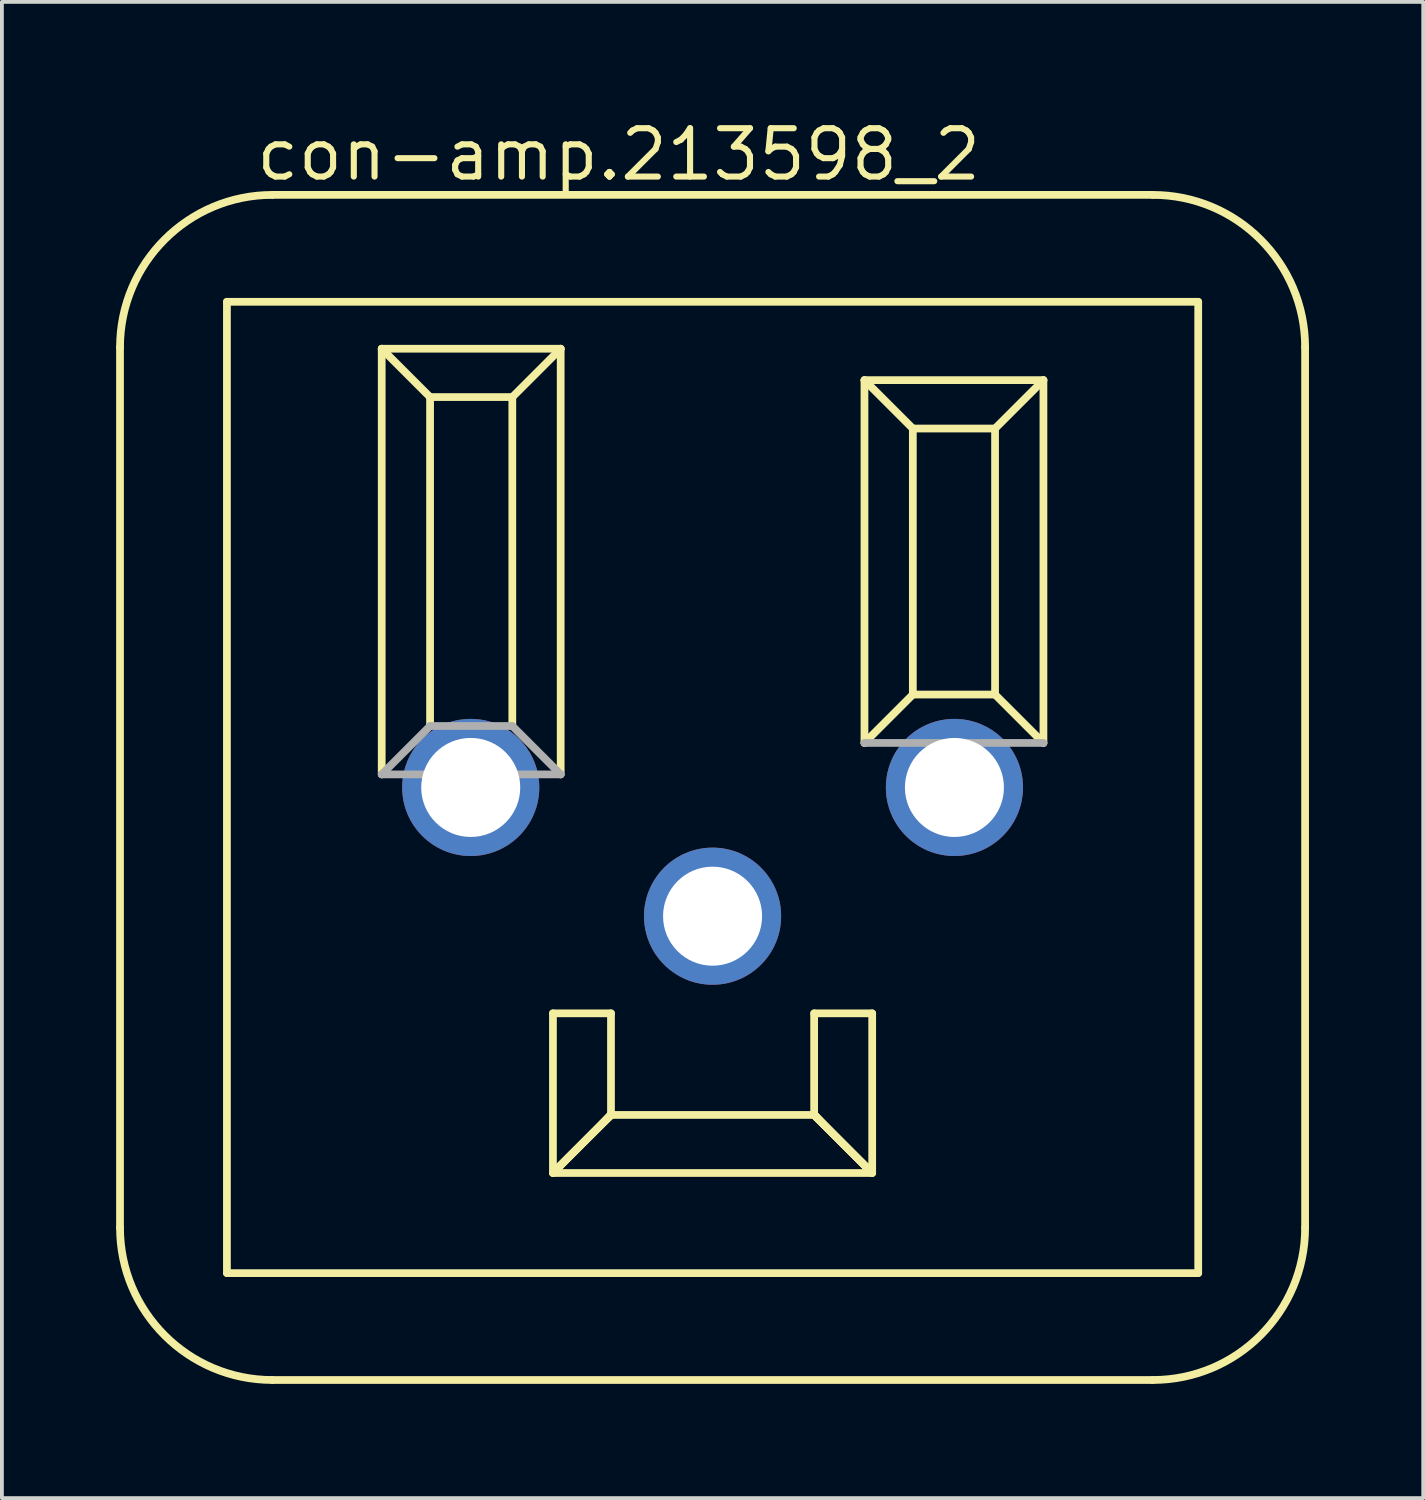
<source format=kicad_pcb>
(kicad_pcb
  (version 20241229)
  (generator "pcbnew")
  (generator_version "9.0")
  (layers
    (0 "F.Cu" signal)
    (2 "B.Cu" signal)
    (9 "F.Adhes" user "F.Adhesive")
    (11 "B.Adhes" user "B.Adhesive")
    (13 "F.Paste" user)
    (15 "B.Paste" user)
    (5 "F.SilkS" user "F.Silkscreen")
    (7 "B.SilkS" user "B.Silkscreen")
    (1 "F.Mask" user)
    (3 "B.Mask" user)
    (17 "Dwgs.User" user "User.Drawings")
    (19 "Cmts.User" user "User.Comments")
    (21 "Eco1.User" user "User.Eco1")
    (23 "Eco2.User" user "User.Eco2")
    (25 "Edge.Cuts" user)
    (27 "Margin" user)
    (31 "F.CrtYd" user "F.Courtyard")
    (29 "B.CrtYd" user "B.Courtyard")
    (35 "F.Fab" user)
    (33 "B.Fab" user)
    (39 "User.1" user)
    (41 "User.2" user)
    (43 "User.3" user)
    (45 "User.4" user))
  (footprint "con-amp.213598_2"
    (layer "F.Cu")
    (at 15.659 17.625)
    (property "Reference" "con-amp.213598_2" (at -12.065 -15.875 0) (layer "F.SilkS") (effects (font (size 1.27 1.27) (thickness 0.16)) (justify left bottom)))
    (attr through_hole)
    (fp_line (start -15.558 -11.558) (end -15.558 11.557) (stroke (width 0.203) (type default)) (layer "F.SilkS"))
    (fp_line (start -12.751 -12.751) (end 12.751 -12.751) (stroke (width 0.203) (type default)) (layer "F.SilkS"))
    (fp_line (start -12.751 12.751) (end -12.751 -12.751) (stroke (width 0.203) (type default)) (layer "F.SilkS"))
    (fp_line (start -11.558 15.557) (end 11.557 15.557) (stroke (width 0.203) (type default)) (layer "F.SilkS"))
    (fp_line (start -8.687 -11.519) (end -3.988 -11.519) (stroke (width 0.203) (type default)) (layer "F.SilkS"))
    (fp_line (start -8.687 -0.343) (end -8.687 -11.519) (stroke (width 0.203) (type default)) (layer "F.SilkS"))
    (fp_line (start -7.417 -10.249) (end -8.687 -11.519) (stroke (width 0.203) (type default)) (layer "F.SilkS"))
    (fp_line (start -7.417 -10.249) (end -5.258 -10.249) (stroke (width 0.203) (type default)) (layer "F.SilkS"))
    (fp_line (start -7.417 -1.613) (end -7.417 -10.249) (stroke (width 0.203) (type default)) (layer "F.SilkS"))
    (fp_line (start -5.258 -10.249) (end -5.258 -1.613) (stroke (width 0.203) (type default)) (layer "F.SilkS"))
    (fp_line (start -5.258 -10.249) (end -3.988 -11.519) (stroke (width 0.203) (type default)) (layer "F.SilkS"))
    (fp_line (start -4.191 5.931) (end -2.667 5.931) (stroke (width 0.203) (type default)) (layer "F.SilkS"))
    (fp_line (start -4.191 10.122) (end -4.191 5.931) (stroke (width 0.203) (type default)) (layer "F.SilkS"))
    (fp_line (start -4.178 10.108) (end -4.191 10.122) (stroke (width 0.203) (type default)) (layer "F.SilkS"))
    (fp_line (start -4.165 10.095) (end -4.178 10.108) (stroke (width 0.203) (type default)) (layer "F.SilkS"))
    (fp_line (start -4.151 10.082) (end -4.165 10.095) (stroke (width 0.203) (type default)) (layer "F.SilkS"))
    (fp_line (start -4.138 10.068) (end -4.151 10.082) (stroke (width 0.203) (type default)) (layer "F.SilkS"))
    (fp_line (start -4.124 10.055) (end -4.138 10.068) (stroke (width 0.203) (type default)) (layer "F.SilkS"))
    (fp_line (start -4.111 10.042) (end -4.124 10.055) (stroke (width 0.203) (type default)) (layer "F.SilkS"))
    (fp_line (start -4.098 10.028) (end -4.111 10.042) (stroke (width 0.203) (type default)) (layer "F.SilkS"))
    (fp_line (start -4.084 10.015) (end -4.098 10.028) (stroke (width 0.203) (type default)) (layer "F.SilkS"))
    (fp_line (start -4.071 10.001) (end -4.084 10.015) (stroke (width 0.203) (type default)) (layer "F.SilkS"))
    (fp_line (start -4.057 9.988) (end -4.071 10.001) (stroke (width 0.203) (type default)) (layer "F.SilkS"))
    (fp_line (start -4.044 9.975) (end -4.057 9.988) (stroke (width 0.203) (type default)) (layer "F.SilkS"))
    (fp_line (start -4.03 9.961) (end -4.044 9.975) (stroke (width 0.203) (type default)) (layer "F.SilkS"))
    (fp_line (start -4.016 9.947) (end -4.03 9.961) (stroke (width 0.203) (type default)) (layer "F.SilkS"))
    (fp_line (start -4.001 9.932) (end -4.016 9.947) (stroke (width 0.203) (type default)) (layer "F.SilkS"))
    (fp_line (start -3.988 -11.519) (end -3.988 -0.343) (stroke (width 0.203) (type default)) (layer "F.SilkS"))
    (fp_line (start -3.985 9.916) (end -4.001 9.932) (stroke (width 0.203) (type default)) (layer "F.SilkS"))
    (fp_line (start -3.969 9.9) (end -3.985 9.916) (stroke (width 0.203) (type default)) (layer "F.SilkS"))
    (fp_line (start -3.953 9.883) (end -3.969 9.9) (stroke (width 0.203) (type default)) (layer "F.SilkS"))
    (fp_line (start -3.935 9.866) (end -3.953 9.883) (stroke (width 0.203) (type default)) (layer "F.SilkS"))
    (fp_line (start -3.917 9.848) (end -3.935 9.866) (stroke (width 0.203) (type default)) (layer "F.SilkS"))
    (fp_line (start -3.899 9.829) (end -3.917 9.848) (stroke (width 0.203) (type default)) (layer "F.SilkS"))
    (fp_line (start -3.879 9.81) (end -3.899 9.829) (stroke (width 0.203) (type default)) (layer "F.SilkS"))
    (fp_line (start -3.86 9.79) (end -3.879 9.81) (stroke (width 0.203) (type default)) (layer "F.SilkS"))
    (fp_line (start -3.84 9.77) (end -3.86 9.79) (stroke (width 0.203) (type default)) (layer "F.SilkS"))
    (fp_line (start -3.82 9.75) (end -3.84 9.77) (stroke (width 0.203) (type default)) (layer "F.SilkS"))
    (fp_line (start -3.8 9.73) (end -3.82 9.75) (stroke (width 0.203) (type default)) (layer "F.SilkS"))
    (fp_line (start -3.78 9.71) (end -3.8 9.73) (stroke (width 0.203) (type default)) (layer "F.SilkS"))
    (fp_line (start -3.76 9.69) (end -3.78 9.71) (stroke (width 0.203) (type default)) (layer "F.SilkS"))
    (fp_line (start -3.74 9.67) (end -3.76 9.69) (stroke (width 0.203) (type default)) (layer "F.SilkS"))
    (fp_line (start -3.72 9.65) (end -3.74 9.67) (stroke (width 0.203) (type default)) (layer "F.SilkS"))
    (fp_line (start -3.7 9.63) (end -3.72 9.65) (stroke (width 0.203) (type default)) (layer "F.SilkS"))
    (fp_line (start -3.68 9.61) (end -3.7 9.63) (stroke (width 0.203) (type default)) (layer "F.SilkS"))
    (fp_line (start -3.66 9.591) (end -3.68 9.61) (stroke (width 0.203) (type default)) (layer "F.SilkS"))
    (fp_line (start -3.64 9.571) (end -3.66 9.591) (stroke (width 0.203) (type default)) (layer "F.SilkS"))
    (fp_line (start -3.62 9.551) (end -3.64 9.571) (stroke (width 0.203) (type default)) (layer "F.SilkS"))
    (fp_line (start -3.601 9.531) (end -3.62 9.551) (stroke (width 0.203) (type default)) (layer "F.SilkS"))
    (fp_line (start -3.581 9.512) (end -3.601 9.531) (stroke (width 0.203) (type default)) (layer "F.SilkS"))
    (fp_line (start -3.561 9.492) (end -3.581 9.512) (stroke (width 0.203) (type default)) (layer "F.SilkS"))
    (fp_line (start -3.542 9.473) (end -3.561 9.492) (stroke (width 0.203) (type default)) (layer "F.SilkS"))
    (fp_line (start -3.523 9.453) (end -3.542 9.473) (stroke (width 0.203) (type default)) (layer "F.SilkS"))
    (fp_line (start -3.503 9.434) (end -3.523 9.453) (stroke (width 0.203) (type default)) (layer "F.SilkS"))
    (fp_line (start -3.484 9.415) (end -3.503 9.434) (stroke (width 0.203) (type default)) (layer "F.SilkS"))
    (fp_line (start -3.465 9.395) (end -3.484 9.415) (stroke (width 0.203) (type default)) (layer "F.SilkS"))
    (fp_line (start -3.446 9.376) (end -3.465 9.395) (stroke (width 0.203) (type default)) (layer "F.SilkS"))
    (fp_line (start -3.427 9.357) (end -3.446 9.376) (stroke (width 0.203) (type default)) (layer "F.SilkS"))
    (fp_line (start -3.408 9.338) (end -3.427 9.357) (stroke (width 0.203) (type default)) (layer "F.SilkS"))
    (fp_line (start -3.389 9.32) (end -3.408 9.338) (stroke (width 0.203) (type default)) (layer "F.SilkS"))
    (fp_line (start -3.37 9.301) (end -3.389 9.32) (stroke (width 0.203) (type default)) (layer "F.SilkS"))
    (fp_line (start -3.352 9.282) (end -3.37 9.301) (stroke (width 0.203) (type default)) (layer "F.SilkS"))
    (fp_line (start -3.333 9.264) (end -3.352 9.282) (stroke (width 0.203) (type default)) (layer "F.SilkS"))
    (fp_line (start -3.315 9.246) (end -3.333 9.264) (stroke (width 0.203) (type default)) (layer "F.SilkS"))
    (fp_line (start -3.297 9.227) (end -3.315 9.246) (stroke (width 0.203) (type default)) (layer "F.SilkS"))
    (fp_line (start -3.279 9.209) (end -3.297 9.227) (stroke (width 0.203) (type default)) (layer "F.SilkS"))
    (fp_line (start -3.261 9.191) (end -3.279 9.209) (stroke (width 0.203) (type default)) (layer "F.SilkS"))
    (fp_line (start -3.243 9.174) (end -3.261 9.191) (stroke (width 0.203) (type default)) (layer "F.SilkS"))
    (fp_line (start -3.225 9.156) (end -3.243 9.174) (stroke (width 0.203) (type default)) (layer "F.SilkS"))
    (fp_line (start -3.208 9.138) (end -3.225 9.156) (stroke (width 0.203) (type default)) (layer "F.SilkS"))
    (fp_line (start -3.19 9.121) (end -3.208 9.138) (stroke (width 0.203) (type default)) (layer "F.SilkS"))
    (fp_line (start -3.173 9.104) (end -3.19 9.121) (stroke (width 0.203) (type default)) (layer "F.SilkS"))
    (fp_line (start -3.156 9.087) (end -3.173 9.104) (stroke (width 0.203) (type default)) (layer "F.SilkS"))
    (fp_line (start -3.14 9.07) (end -3.156 9.087) (stroke (width 0.203) (type default)) (layer "F.SilkS"))
    (fp_line (start -3.123 9.054) (end -3.14 9.07) (stroke (width 0.203) (type default)) (layer "F.SilkS"))
    (fp_line (start -3.107 9.037) (end -3.123 9.054) (stroke (width 0.203) (type default)) (layer "F.SilkS"))
    (fp_line (start -3.09 9.021) (end -3.107 9.037) (stroke (width 0.203) (type default)) (layer "F.SilkS"))
    (fp_line (start -3.074 9.005) (end -3.09 9.021) (stroke (width 0.203) (type default)) (layer "F.SilkS"))
    (fp_line (start -3.058 8.989) (end -3.074 9.005) (stroke (width 0.203) (type default)) (layer "F.SilkS"))
    (fp_line (start -3.043 8.973) (end -3.058 8.989) (stroke (width 0.203) (type default)) (layer "F.SilkS"))
    (fp_line (start -3.027 8.958) (end -3.043 8.973) (stroke (width 0.203) (type default)) (layer "F.SilkS"))
    (fp_line (start -3.012 8.943) (end -3.027 8.958) (stroke (width 0.203) (type default)) (layer "F.SilkS"))
    (fp_line (start -2.997 8.928) (end -3.012 8.943) (stroke (width 0.203) (type default)) (layer "F.SilkS"))
    (fp_line (start -2.983 8.913) (end -2.997 8.928) (stroke (width 0.203) (type default)) (layer "F.SilkS"))
    (fp_line (start -2.968 8.899) (end -2.983 8.913) (stroke (width 0.203) (type default)) (layer "F.SilkS"))
    (fp_line (start -2.954 8.885) (end -2.968 8.899) (stroke (width 0.203) (type default)) (layer "F.SilkS"))
    (fp_line (start -2.94 8.871) (end -2.954 8.885) (stroke (width 0.203) (type default)) (layer "F.SilkS"))
    (fp_line (start -2.927 8.858) (end -2.94 8.871) (stroke (width 0.203) (type default)) (layer "F.SilkS"))
    (fp_line (start -2.914 8.844) (end -2.927 8.858) (stroke (width 0.203) (type default)) (layer "F.SilkS"))
    (fp_line (start -2.901 8.831) (end -2.914 8.844) (stroke (width 0.203) (type default)) (layer "F.SilkS"))
    (fp_line (start -2.888 8.818) (end -2.901 8.831) (stroke (width 0.203) (type default)) (layer "F.SilkS"))
    (fp_line (start -2.875 8.806) (end -2.888 8.818) (stroke (width 0.203) (type default)) (layer "F.SilkS"))
    (fp_line (start -2.863 8.794) (end -2.875 8.806) (stroke (width 0.203) (type default)) (layer "F.SilkS"))
    (fp_line (start -2.852 8.782) (end -2.863 8.794) (stroke (width 0.203) (type default)) (layer "F.SilkS"))
    (fp_line (start -2.84 8.771) (end -2.852 8.782) (stroke (width 0.203) (type default)) (layer "F.SilkS"))
    (fp_line (start -2.829 8.76) (end -2.84 8.771) (stroke (width 0.203) (type default)) (layer "F.SilkS"))
    (fp_line (start -2.819 8.75) (end -2.829 8.76) (stroke (width 0.203) (type default)) (layer "F.SilkS"))
    (fp_line (start -2.809 8.739) (end -2.819 8.75) (stroke (width 0.203) (type default)) (layer "F.SilkS"))
    (fp_line (start -2.799 8.73) (end -2.809 8.739) (stroke (width 0.203) (type default)) (layer "F.SilkS"))
    (fp_line (start -2.79 8.72) (end -2.799 8.73) (stroke (width 0.203) (type default)) (layer "F.SilkS"))
    (fp_line (start -2.781 8.711) (end -2.79 8.72) (stroke (width 0.203) (type default)) (layer "F.SilkS"))
    (fp_line (start -2.772 8.702) (end -2.781 8.711) (stroke (width 0.203) (type default)) (layer "F.SilkS"))
    (fp_line (start -2.764 8.694) (end -2.772 8.702) (stroke (width 0.203) (type default)) (layer "F.SilkS"))
    (fp_line (start -2.756 8.686) (end -2.764 8.694) (stroke (width 0.203) (type default)) (layer "F.SilkS"))
    (fp_line (start -2.748 8.679) (end -2.756 8.686) (stroke (width 0.203) (type default)) (layer "F.SilkS"))
    (fp_line (start -2.741 8.672) (end -2.748 8.679) (stroke (width 0.203) (type default)) (layer "F.SilkS"))
    (fp_line (start -2.734 8.665) (end -2.741 8.672) (stroke (width 0.203) (type default)) (layer "F.SilkS"))
    (fp_line (start -2.728 8.659) (end -2.734 8.665) (stroke (width 0.203) (type default)) (layer "F.SilkS"))
    (fp_line (start -2.722 8.653) (end -2.728 8.659) (stroke (width 0.203) (type default)) (layer "F.SilkS"))
    (fp_line (start -2.717 8.647) (end -2.722 8.653) (stroke (width 0.203) (type default)) (layer "F.SilkS"))
    (fp_line (start -2.712 8.642) (end -2.717 8.647) (stroke (width 0.203) (type default)) (layer "F.SilkS"))
    (fp_line (start -2.707 8.637) (end -2.712 8.642) (stroke (width 0.203) (type default)) (layer "F.SilkS"))
    (fp_line (start -2.702 8.633) (end -2.707 8.637) (stroke (width 0.203) (type default)) (layer "F.SilkS"))
    (fp_line (start -2.698 8.629) (end -2.702 8.633) (stroke (width 0.203) (type default)) (layer "F.SilkS"))
    (fp_line (start -2.695 8.625) (end -2.698 8.629) (stroke (width 0.203) (type default)) (layer "F.SilkS"))
    (fp_line (start -2.691 8.621) (end -2.695 8.625) (stroke (width 0.203) (type default)) (layer "F.SilkS"))
    (fp_line (start -2.687 8.618) (end -2.691 8.621) (stroke (width 0.203) (type default)) (layer "F.SilkS"))
    (fp_line (start -2.684 8.614) (end -2.687 8.618) (stroke (width 0.203) (type default)) (layer "F.SilkS"))
    (fp_line (start -2.681 8.611) (end -2.684 8.614) (stroke (width 0.203) (type default)) (layer "F.SilkS"))
    (fp_line (start -2.678 8.608) (end -2.681 8.611) (stroke (width 0.203) (type default)) (layer "F.SilkS"))
    (fp_line (start -2.675 8.605) (end -2.678 8.608) (stroke (width 0.203) (type default)) (layer "F.SilkS"))
    (fp_line (start -2.672 8.603) (end -2.675 8.605) (stroke (width 0.203) (type default)) (layer "F.SilkS"))
    (fp_line (start -2.67 8.6) (end -2.672 8.603) (stroke (width 0.203) (type default)) (layer "F.SilkS"))
    (fp_line (start -2.667 8.598) (end -2.67 8.6) (stroke (width 0.203) (type default)) (layer "F.SilkS"))
    (fp_line (start -2.667 8.598) (end -2.667 5.931) (stroke (width 0.203) (type default)) (layer "F.SilkS"))
    (fp_line (start 2.667 5.931) (end 2.667 8.598) (stroke (width 0.203) (type default)) (layer "F.SilkS"))
    (fp_line (start 2.667 8.598) (end -2.667 8.598) (stroke (width 0.203) (type default)) (layer "F.SilkS"))
    (fp_line (start 2.667 8.598) (end 2.669 8.6) (stroke (width 0.203) (type default)) (layer "F.SilkS"))
    (fp_line (start 2.669 8.6) (end 2.672 8.603) (stroke (width 0.203) (type default)) (layer "F.SilkS"))
    (fp_line (start 2.672 8.603) (end 2.674 8.605) (stroke (width 0.203) (type default)) (layer "F.SilkS"))
    (fp_line (start 2.674 8.605) (end 2.677 8.608) (stroke (width 0.203) (type default)) (layer "F.SilkS"))
    (fp_line (start 2.677 8.608) (end 2.68 8.611) (stroke (width 0.203) (type default)) (layer "F.SilkS"))
    (fp_line (start 2.68 8.611) (end 2.683 8.614) (stroke (width 0.203) (type default)) (layer "F.SilkS"))
    (fp_line (start 2.683 8.614) (end 2.687 8.618) (stroke (width 0.203) (type default)) (layer "F.SilkS"))
    (fp_line (start 2.687 8.618) (end 2.69 8.621) (stroke (width 0.203) (type default)) (layer "F.SilkS"))
    (fp_line (start 2.69 8.621) (end 2.694 8.625) (stroke (width 0.203) (type default)) (layer "F.SilkS"))
    (fp_line (start 2.694 8.625) (end 2.698 8.629) (stroke (width 0.203) (type default)) (layer "F.SilkS"))
    (fp_line (start 2.698 8.629) (end 2.702 8.633) (stroke (width 0.203) (type default)) (layer "F.SilkS"))
    (fp_line (start 2.702 8.633) (end 2.706 8.637) (stroke (width 0.203) (type default)) (layer "F.SilkS"))
    (fp_line (start 2.706 8.637) (end 2.711 8.642) (stroke (width 0.203) (type default)) (layer "F.SilkS"))
    (fp_line (start 2.711 8.642) (end 2.716 8.647) (stroke (width 0.203) (type default)) (layer "F.SilkS"))
    (fp_line (start 2.716 8.647) (end 2.722 8.653) (stroke (width 0.203) (type default)) (layer "F.SilkS"))
    (fp_line (start 2.722 8.653) (end 2.728 8.659) (stroke (width 0.203) (type default)) (layer "F.SilkS"))
    (fp_line (start 2.728 8.659) (end 2.734 8.665) (stroke (width 0.203) (type default)) (layer "F.SilkS"))
    (fp_line (start 2.734 8.665) (end 2.741 8.672) (stroke (width 0.203) (type default)) (layer "F.SilkS"))
    (fp_line (start 2.741 8.672) (end 2.748 8.679) (stroke (width 0.203) (type default)) (layer "F.SilkS"))
    (fp_line (start 2.748 8.679) (end 2.755 8.686) (stroke (width 0.203) (type default)) (layer "F.SilkS"))
    (fp_line (start 2.755 8.686) (end 2.763 8.694) (stroke (width 0.203) (type default)) (layer "F.SilkS"))
    (fp_line (start 2.763 8.694) (end 2.771 8.702) (stroke (width 0.203) (type default)) (layer "F.SilkS"))
    (fp_line (start 2.771 8.702) (end 2.78 8.711) (stroke (width 0.203) (type default)) (layer "F.SilkS"))
    (fp_line (start 2.78 8.711) (end 2.789 8.72) (stroke (width 0.203) (type default)) (layer "F.SilkS"))
    (fp_line (start 2.789 8.72) (end 2.799 8.73) (stroke (width 0.203) (type default)) (layer "F.SilkS"))
    (fp_line (start 2.799 8.73) (end 2.808 8.739) (stroke (width 0.203) (type default)) (layer "F.SilkS"))
    (fp_line (start 2.808 8.739) (end 2.819 8.75) (stroke (width 0.203) (type default)) (layer "F.SilkS"))
    (fp_line (start 2.819 8.75) (end 2.829 8.76) (stroke (width 0.203) (type default)) (layer "F.SilkS"))
    (fp_line (start 2.829 8.76) (end 2.84 8.771) (stroke (width 0.203) (type default)) (layer "F.SilkS"))
    (fp_line (start 2.84 8.771) (end 2.851 8.782) (stroke (width 0.203) (type default)) (layer "F.SilkS"))
    (fp_line (start 2.851 8.782) (end 2.863 8.794) (stroke (width 0.203) (type default)) (layer "F.SilkS"))
    (fp_line (start 2.863 8.794) (end 2.875 8.806) (stroke (width 0.203) (type default)) (layer "F.SilkS"))
    (fp_line (start 2.875 8.806) (end 2.887 8.818) (stroke (width 0.203) (type default)) (layer "F.SilkS"))
    (fp_line (start 2.887 8.818) (end 2.9 8.831) (stroke (width 0.203) (type default)) (layer "F.SilkS"))
    (fp_line (start 2.9 8.831) (end 2.913 8.844) (stroke (width 0.203) (type default)) (layer "F.SilkS"))
    (fp_line (start 2.913 8.844) (end 2.927 8.858) (stroke (width 0.203) (type default)) (layer "F.SilkS"))
    (fp_line (start 2.927 8.858) (end 2.94 8.871) (stroke (width 0.203) (type default)) (layer "F.SilkS"))
    (fp_line (start 2.94 8.871) (end 2.954 8.885) (stroke (width 0.203) (type default)) (layer "F.SilkS"))
    (fp_line (start 2.954 8.885) (end 2.968 8.899) (stroke (width 0.203) (type default)) (layer "F.SilkS"))
    (fp_line (start 2.968 8.899) (end 2.982 8.913) (stroke (width 0.203) (type default)) (layer "F.SilkS"))
    (fp_line (start 2.982 8.913) (end 2.997 8.928) (stroke (width 0.203) (type default)) (layer "F.SilkS"))
    (fp_line (start 2.997 8.928) (end 3.012 8.943) (stroke (width 0.203) (type default)) (layer "F.SilkS"))
    (fp_line (start 3.012 8.943) (end 3.027 8.958) (stroke (width 0.203) (type default)) (layer "F.SilkS"))
    (fp_line (start 3.027 8.958) (end 3.042 8.973) (stroke (width 0.203) (type default)) (layer "F.SilkS"))
    (fp_line (start 3.042 8.973) (end 3.058 8.989) (stroke (width 0.203) (type default)) (layer "F.SilkS"))
    (fp_line (start 3.058 8.989) (end 3.074 9.005) (stroke (width 0.203) (type default)) (layer "F.SilkS"))
    (fp_line (start 3.074 9.005) (end 3.09 9.021) (stroke (width 0.203) (type default)) (layer "F.SilkS"))
    (fp_line (start 3.09 9.021) (end 3.106 9.037) (stroke (width 0.203) (type default)) (layer "F.SilkS"))
    (fp_line (start 3.106 9.037) (end 3.123 9.054) (stroke (width 0.203) (type default)) (layer "F.SilkS"))
    (fp_line (start 3.123 9.054) (end 3.139 9.07) (stroke (width 0.203) (type default)) (layer "F.SilkS"))
    (fp_line (start 3.139 9.07) (end 3.156 9.087) (stroke (width 0.203) (type default)) (layer "F.SilkS"))
    (fp_line (start 3.156 9.087) (end 3.173 9.104) (stroke (width 0.203) (type default)) (layer "F.SilkS"))
    (fp_line (start 3.173 9.104) (end 3.19 9.121) (stroke (width 0.203) (type default)) (layer "F.SilkS"))
    (fp_line (start 3.19 9.121) (end 3.207 9.138) (stroke (width 0.203) (type default)) (layer "F.SilkS"))
    (fp_line (start 3.207 9.138) (end 3.225 9.156) (stroke (width 0.203) (type default)) (layer "F.SilkS"))
    (fp_line (start 3.225 9.156) (end 3.243 9.174) (stroke (width 0.203) (type default)) (layer "F.SilkS"))
    (fp_line (start 3.243 9.174) (end 3.26 9.191) (stroke (width 0.203) (type default)) (layer "F.SilkS"))
    (fp_line (start 3.26 9.191) (end 3.278 9.209) (stroke (width 0.203) (type default)) (layer "F.SilkS"))
    (fp_line (start 3.278 9.209) (end 3.296 9.227) (stroke (width 0.203) (type default)) (layer "F.SilkS"))
    (fp_line (start 3.296 9.227) (end 3.315 9.246) (stroke (width 0.203) (type default)) (layer "F.SilkS"))
    (fp_line (start 3.315 9.246) (end 3.333 9.264) (stroke (width 0.203) (type default)) (layer "F.SilkS"))
    (fp_line (start 3.333 9.264) (end 3.351 9.282) (stroke (width 0.203) (type default)) (layer "F.SilkS"))
    (fp_line (start 3.351 9.282) (end 3.37 9.301) (stroke (width 0.203) (type default)) (layer "F.SilkS"))
    (fp_line (start 3.37 9.301) (end 3.389 9.32) (stroke (width 0.203) (type default)) (layer "F.SilkS"))
    (fp_line (start 3.389 9.32) (end 3.407 9.338) (stroke (width 0.203) (type default)) (layer "F.SilkS"))
    (fp_line (start 3.407 9.338) (end 3.426 9.357) (stroke (width 0.203) (type default)) (layer "F.SilkS"))
    (fp_line (start 3.426 9.357) (end 3.445 9.376) (stroke (width 0.203) (type default)) (layer "F.SilkS"))
    (fp_line (start 3.445 9.376) (end 3.464 9.395) (stroke (width 0.203) (type default)) (layer "F.SilkS"))
    (fp_line (start 3.464 9.395) (end 3.484 9.415) (stroke (width 0.203) (type default)) (layer "F.SilkS"))
    (fp_line (start 3.484 9.415) (end 3.503 9.434) (stroke (width 0.203) (type default)) (layer "F.SilkS"))
    (fp_line (start 3.503 9.434) (end 3.522 9.453) (stroke (width 0.203) (type default)) (layer "F.SilkS"))
    (fp_line (start 3.522 9.453) (end 3.542 9.473) (stroke (width 0.203) (type default)) (layer "F.SilkS"))
    (fp_line (start 3.542 9.473) (end 3.561 9.492) (stroke (width 0.203) (type default)) (layer "F.SilkS"))
    (fp_line (start 3.561 9.492) (end 3.581 9.512) (stroke (width 0.203) (type default)) (layer "F.SilkS"))
    (fp_line (start 3.581 9.512) (end 3.6 9.531) (stroke (width 0.203) (type default)) (layer "F.SilkS"))
    (fp_line (start 3.6 9.531) (end 3.62 9.551) (stroke (width 0.203) (type default)) (layer "F.SilkS"))
    (fp_line (start 3.62 9.551) (end 3.64 9.571) (stroke (width 0.203) (type default)) (layer "F.SilkS"))
    (fp_line (start 3.64 9.571) (end 3.66 9.591) (stroke (width 0.203) (type default)) (layer "F.SilkS"))
    (fp_line (start 3.66 9.591) (end 3.679 9.61) (stroke (width 0.203) (type default)) (layer "F.SilkS"))
    (fp_line (start 3.679 9.61) (end 3.699 9.63) (stroke (width 0.203) (type default)) (layer "F.SilkS"))
    (fp_line (start 3.699 9.63) (end 3.719 9.65) (stroke (width 0.203) (type default)) (layer "F.SilkS"))
    (fp_line (start 3.719 9.65) (end 3.739 9.67) (stroke (width 0.203) (type default)) (layer "F.SilkS"))
    (fp_line (start 3.739 9.67) (end 3.759 9.69) (stroke (width 0.203) (type default)) (layer "F.SilkS"))
    (fp_line (start 3.759 9.69) (end 3.779 9.71) (stroke (width 0.203) (type default)) (layer "F.SilkS"))
    (fp_line (start 3.779 9.71) (end 3.799 9.73) (stroke (width 0.203) (type default)) (layer "F.SilkS"))
    (fp_line (start 3.799 9.73) (end 3.819 9.75) (stroke (width 0.203) (type default)) (layer "F.SilkS"))
    (fp_line (start 3.819 9.75) (end 3.839 9.77) (stroke (width 0.203) (type default)) (layer "F.SilkS"))
    (fp_line (start 3.839 9.77) (end 3.859 9.79) (stroke (width 0.203) (type default)) (layer "F.SilkS"))
    (fp_line (start 3.859 9.79) (end 3.879 9.81) (stroke (width 0.203) (type default)) (layer "F.SilkS"))
    (fp_line (start 3.879 9.81) (end 3.898 9.829) (stroke (width 0.203) (type default)) (layer "F.SilkS"))
    (fp_line (start 3.898 9.829) (end 3.917 9.848) (stroke (width 0.203) (type default)) (layer "F.SilkS"))
    (fp_line (start 3.917 9.848) (end 3.935 9.866) (stroke (width 0.203) (type default)) (layer "F.SilkS"))
    (fp_line (start 3.935 9.866) (end 3.952 9.883) (stroke (width 0.203) (type default)) (layer "F.SilkS"))
    (fp_line (start 3.952 9.883) (end 3.969 9.9) (stroke (width 0.203) (type default)) (layer "F.SilkS"))
    (fp_line (start 3.969 9.9) (end 3.985 9.916) (stroke (width 0.203) (type default)) (layer "F.SilkS"))
    (fp_line (start 3.985 9.916) (end 4.001 9.932) (stroke (width 0.203) (type default)) (layer "F.SilkS"))
    (fp_line (start 3.988 -10.694) (end 8.687 -10.694) (stroke (width 0.203) (type default)) (layer "F.SilkS"))
    (fp_line (start 3.988 -1.169) (end 3.988 -10.694) (stroke (width 0.203) (type default)) (layer "F.SilkS"))
    (fp_line (start 4.001 9.932) (end 4.016 9.947) (stroke (width 0.203) (type default)) (layer "F.SilkS"))
    (fp_line (start 4.016 9.947) (end 4.03 9.961) (stroke (width 0.203) (type default)) (layer "F.SilkS"))
    (fp_line (start 4.03 9.961) (end 4.044 9.975) (stroke (width 0.203) (type default)) (layer "F.SilkS"))
    (fp_line (start 4.044 9.975) (end 4.057 9.988) (stroke (width 0.203) (type default)) (layer "F.SilkS"))
    (fp_line (start 4.057 9.988) (end 4.07 10.001) (stroke (width 0.203) (type default)) (layer "F.SilkS"))
    (fp_line (start 4.07 10.001) (end 4.084 10.015) (stroke (width 0.203) (type default)) (layer "F.SilkS"))
    (fp_line (start 4.084 10.015) (end 4.097 10.028) (stroke (width 0.203) (type default)) (layer "F.SilkS"))
    (fp_line (start 4.097 10.028) (end 4.111 10.042) (stroke (width 0.203) (type default)) (layer "F.SilkS"))
    (fp_line (start 4.111 10.042) (end 4.124 10.055) (stroke (width 0.203) (type default)) (layer "F.SilkS"))
    (fp_line (start 4.124 10.055) (end 4.137 10.068) (stroke (width 0.203) (type default)) (layer "F.SilkS"))
    (fp_line (start 4.137 10.068) (end 4.151 10.082) (stroke (width 0.203) (type default)) (layer "F.SilkS"))
    (fp_line (start 4.151 10.082) (end 4.164 10.095) (stroke (width 0.203) (type default)) (layer "F.SilkS"))
    (fp_line (start 4.164 10.095) (end 4.177 10.108) (stroke (width 0.203) (type default)) (layer "F.SilkS"))
    (fp_line (start 4.177 10.108) (end 4.191 10.122) (stroke (width 0.203) (type default)) (layer "F.SilkS"))
    (fp_line (start 4.191 5.931) (end 2.667 5.931) (stroke (width 0.203) (type default)) (layer "F.SilkS"))
    (fp_line (start 4.191 5.931) (end 4.191 10.122) (stroke (width 0.203) (type default)) (layer "F.SilkS"))
    (fp_line (start 4.191 10.122) (end -4.191 10.122) (stroke (width 0.203) (type default)) (layer "F.SilkS"))
    (fp_line (start 5.258 -9.424) (end 3.988 -10.694) (stroke (width 0.203) (type default)) (layer "F.SilkS"))
    (fp_line (start 5.258 -9.424) (end 7.417 -9.424) (stroke (width 0.203) (type default)) (layer "F.SilkS"))
    (fp_line (start 5.258 -2.439) (end 3.988 -1.169) (stroke (width 0.203) (type default)) (layer "F.SilkS"))
    (fp_line (start 5.258 -2.439) (end 5.258 -9.424) (stroke (width 0.203) (type default)) (layer "F.SilkS"))
    (fp_line (start 7.417 -9.424) (end 7.417 -2.439) (stroke (width 0.203) (type default)) (layer "F.SilkS"))
    (fp_line (start 7.417 -9.424) (end 8.687 -10.694) (stroke (width 0.203) (type default)) (layer "F.SilkS"))
    (fp_line (start 7.417 -2.439) (end 5.258 -2.439) (stroke (width 0.203) (type default)) (layer "F.SilkS"))
    (fp_line (start 7.417 -2.439) (end 8.687 -1.169) (stroke (width 0.203) (type default)) (layer "F.SilkS"))
    (fp_line (start 8.687 -10.694) (end 8.687 -1.169) (stroke (width 0.203) (type default)) (layer "F.SilkS"))
    (fp_line (start 11.557 -15.558) (end -11.558 -15.558) (stroke (width 0.203) (type default)) (layer "F.SilkS"))
    (fp_line (start 12.751 -12.751) (end 12.751 12.751) (stroke (width 0.203) (type default)) (layer "F.SilkS"))
    (fp_line (start 12.751 12.751) (end -12.751 12.751) (stroke (width 0.203) (type default)) (layer "F.SilkS"))
    (fp_line (start 15.557 11.557) (end 15.557 -11.558) (stroke (width 0.203) (type default)) (layer "F.SilkS"))
    (fp_arc (start -15.5576 -11.5576) (mid -14.386027 -14.386027) (end -11.5576 -15.5576) (stroke (width 0.2032) (type default)) (layer "F.SilkS"))
    (fp_arc (start -11.5576 15.5574) (mid -14.386027 14.385827) (end -15.5576 11.5574) (stroke (width 0.2032) (type default)) (layer "F.SilkS"))
    (fp_arc (start 11.5574 -15.5576) (mid 14.385827 -14.386027) (end 15.5574 -11.5576) (stroke (width 0.2032) (type default)) (layer "F.SilkS"))
    (fp_arc (start 15.5574 11.5574) (mid 14.385827 14.385827) (end 11.5574 15.5574) (stroke (width 0.2032) (type default)) (layer "F.SilkS"))
    (fp_line (start -7.417 -1.613) (end -8.687 -0.343) (stroke (width 0.203) (type default)) (layer "F.Fab"))
    (fp_line (start -5.258 -1.613) (end -7.417 -1.613) (stroke (width 0.203) (type default)) (layer "F.Fab"))
    (fp_line (start -5.258 -1.613) (end -3.988 -0.343) (stroke (width 0.203) (type default)) (layer "F.Fab"))
    (fp_line (start -3.988 -0.343) (end -8.687 -0.343) (stroke (width 0.203) (type default)) (layer "F.Fab"))
    (fp_line (start 8.687 -1.169) (end 3.988 -1.169) (stroke (width 0.203) (type default)) (layer "F.Fab"))
    (pad "1" thru_hole circle (at -6.35 0) (size 3.6 3.6) (drill 2.6) (layers "*.Cu" "*.Mask"))
    (pad "2" thru_hole circle (at 6.35 0) (size 3.6 3.6) (drill 2.6) (layers "*.Cu" "*.Mask"))
    (pad "3" thru_hole circle (at 0 3.38) (size 3.6 3.6) (drill 2.6) (layers "*.Cu" "*.Mask")))
  (gr_rect
    (start -3 -3)
    (end 34.318 36.284)
    (stroke (width 0.1) (type default))
    (fill no)
    (layer "Edge.Cuts")))
</source>
